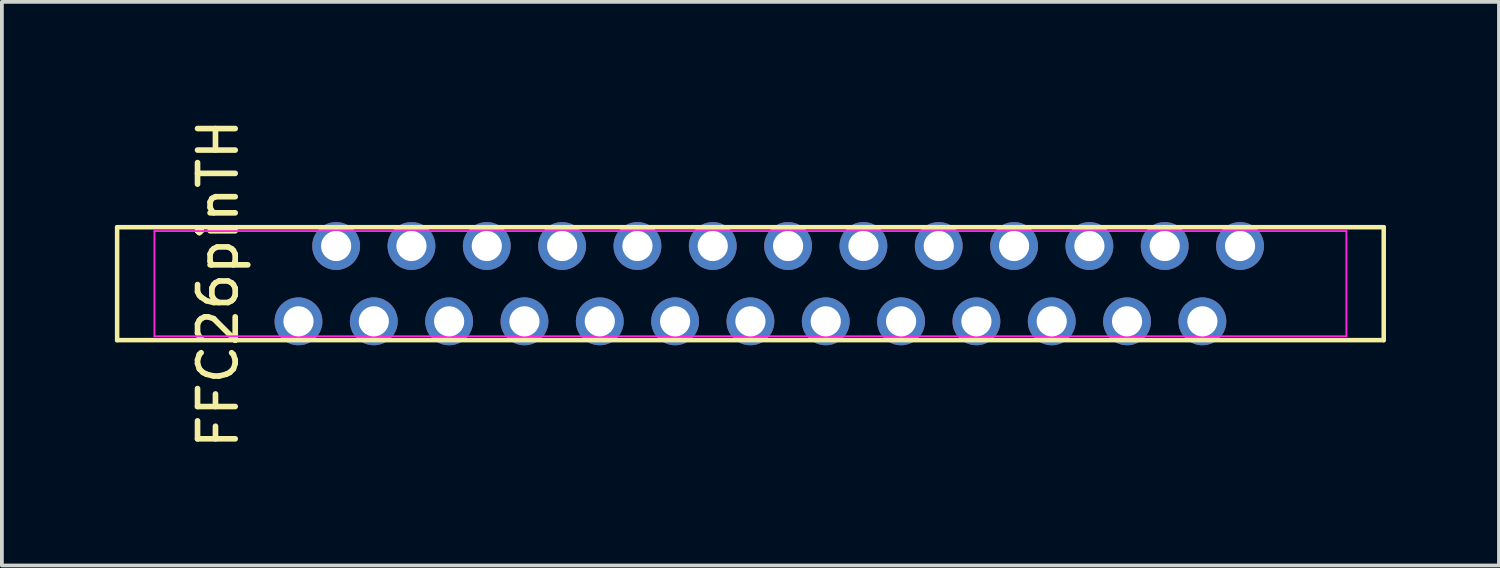
<source format=kicad_pcb>
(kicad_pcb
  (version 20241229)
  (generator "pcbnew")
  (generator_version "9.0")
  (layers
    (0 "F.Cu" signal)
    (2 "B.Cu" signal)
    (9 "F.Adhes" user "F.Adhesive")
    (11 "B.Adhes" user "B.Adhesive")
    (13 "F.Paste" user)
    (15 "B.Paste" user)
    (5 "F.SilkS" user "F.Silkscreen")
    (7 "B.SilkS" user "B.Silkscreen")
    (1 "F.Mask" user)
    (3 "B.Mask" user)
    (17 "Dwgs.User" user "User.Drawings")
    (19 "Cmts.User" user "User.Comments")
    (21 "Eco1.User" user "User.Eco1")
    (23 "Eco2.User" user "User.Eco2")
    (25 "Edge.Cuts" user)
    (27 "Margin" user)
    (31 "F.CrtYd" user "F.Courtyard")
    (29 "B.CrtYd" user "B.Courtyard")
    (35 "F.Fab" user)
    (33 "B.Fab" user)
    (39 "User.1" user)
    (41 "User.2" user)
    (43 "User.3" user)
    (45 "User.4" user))
  (footprint "FFC26pinTH"
    (layer "F.Cu")
    (at 16.875 4.482)
    (property "Reference" "FFC26pinTH" (at -14.135 0 90) (layer "F.SilkS") (effects (font (size 1 1) (thickness 0.15))))
    (attr through_hole)
    (fp_line (start -16.815 -1.499) (end -16.815 1.499) (stroke (width 0.12) (type solid)) (layer "F.SilkS"))
    (fp_line (start -16.815 1.499) (end 16.815 1.499) (stroke (width 0.12) (type solid)) (layer "F.SilkS"))
    (fp_line (start 16.815 -1.499) (end -16.815 -1.499) (stroke (width 0.12) (type solid)) (layer "F.SilkS"))
    (fp_line (start 16.815 1.499) (end 16.815 -1.499) (stroke (width 0.12) (type solid)) (layer "F.SilkS"))
    (fp_line (start -15.824 -1.397) (end 15.824 -1.397) (stroke (width 0.05) (type solid)) (layer "F.CrtYd"))
    (fp_line (start -15.824 1.397) (end -15.824 -1.397) (stroke (width 0.05) (type solid)) (layer "F.CrtYd"))
    (fp_line (start 15.824 -1.397) (end 15.824 1.397) (stroke (width 0.05) (type solid)) (layer "F.CrtYd"))
    (fp_line (start 15.824 1.397) (end -15.824 1.397) (stroke (width 0.05) (type solid)) (layer "F.CrtYd"))
    (pad "1" thru_hole circle (at -12 1) (size 1.27 1.27) (drill 0.8) (layers "*.Cu" "*.Mask"))
    (pad "2" thru_hole circle (at -11 -1) (size 1.27 1.27) (drill 0.8) (layers "*.Cu" "*.Mask"))
    (pad "3" thru_hole circle (at -10 1) (size 1.27 1.27) (drill 0.8) (layers "*.Cu" "*.Mask"))
    (pad "4" thru_hole circle (at -9 -1) (size 1.27 1.27) (drill 0.8) (layers "*.Cu" "*.Mask"))
    (pad "5" thru_hole circle (at -8 1) (size 1.27 1.27) (drill 0.8) (layers "*.Cu" "*.Mask"))
    (pad "6" thru_hole circle (at -7 -1) (size 1.27 1.27) (drill 0.8) (layers "*.Cu" "*.Mask"))
    (pad "7" thru_hole circle (at -6 1) (size 1.27 1.27) (drill 0.8) (layers "*.Cu" "*.Mask"))
    (pad "8" thru_hole circle (at -5 -1) (size 1.27 1.27) (drill 0.8) (layers "*.Cu" "*.Mask"))
    (pad "9" thru_hole circle (at -4 1) (size 1.27 1.27) (drill 0.8) (layers "*.Cu" "*.Mask"))
    (pad "10" thru_hole circle (at -3 -1) (size 1.27 1.27) (drill 0.8) (layers "*.Cu" "*.Mask"))
    (pad "11" thru_hole circle (at -2 1) (size 1.27 1.27) (drill 0.8) (layers "*.Cu" "*.Mask"))
    (pad "12" thru_hole circle (at -1 -1) (size 1.27 1.27) (drill 0.8) (layers "*.Cu" "*.Mask"))
    (pad "13" thru_hole circle (at 0 1) (size 1.27 1.27) (drill 0.8) (layers "*.Cu" "*.Mask"))
    (pad "14" thru_hole circle (at 1 -1 180) (size 1.27 1.27) (drill 0.8) (layers "*.Cu" "*.Mask"))
    (pad "15" thru_hole circle (at 2 1 180) (size 1.27 1.27) (drill 0.8) (layers "*.Cu" "*.Mask"))
    (pad "16" thru_hole circle (at 3 -1 180) (size 1.27 1.27) (drill 0.8) (layers "*.Cu" "*.Mask"))
    (pad "17" thru_hole circle (at 4 1 180) (size 1.27 1.27) (drill 0.8) (layers "*.Cu" "*.Mask"))
    (pad "18" thru_hole circle (at 5 -1 180) (size 1.27 1.27) (drill 0.8) (layers "*.Cu" "*.Mask"))
    (pad "19" thru_hole circle (at 6 1 180) (size 1.27 1.27) (drill 0.8) (layers "*.Cu" "*.Mask"))
    (pad "20" thru_hole circle (at 7 -1 180) (size 1.27 1.27) (drill 0.8) (layers "*.Cu" "*.Mask"))
    (pad "21" thru_hole circle (at 8 1 180) (size 1.27 1.27) (drill 0.8) (layers "*.Cu" "*.Mask"))
    (pad "22" thru_hole circle (at 9 -1 180) (size 1.27 1.27) (drill 0.8) (layers "*.Cu" "*.Mask"))
    (pad "23" thru_hole circle (at 10 1 180) (size 1.27 1.27) (drill 0.8) (layers "*.Cu" "*.Mask"))
    (pad "24" thru_hole circle (at 11 -1 180) (size 1.27 1.27) (drill 0.8) (layers "*.Cu" "*.Mask"))
    (pad "25" thru_hole circle (at 12 1 180) (size 1.27 1.27) (drill 0.8) (layers "*.Cu" "*.Mask"))
    (pad "26" thru_hole circle (at 13 -1 180) (size 1.27 1.27) (drill 0.8) (layers "*.Cu" "*.Mask")))
  (gr_rect
    (start -3 -3)
    (end 36.75 11.964)
    (stroke (width 0.1) (type default))
    (fill no)
    (layer "Edge.Cuts")))
</source>
